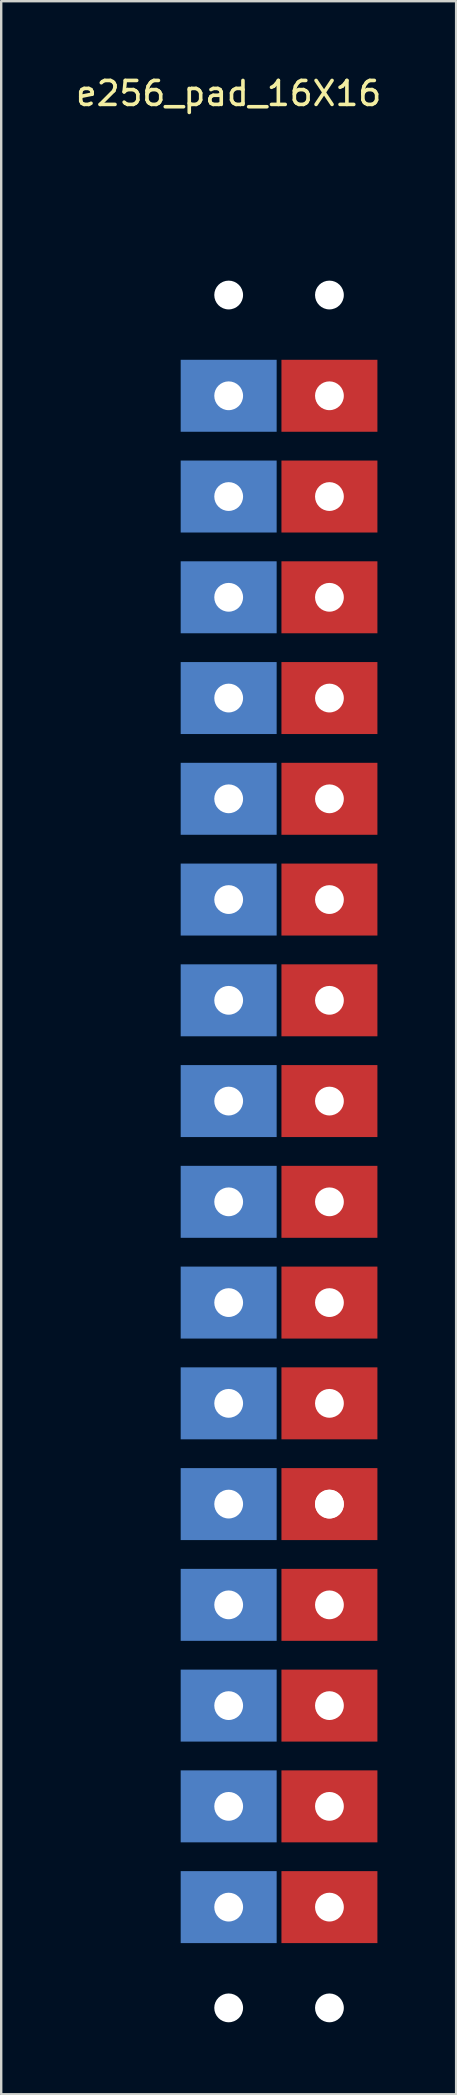
<source format=kicad_pcb>
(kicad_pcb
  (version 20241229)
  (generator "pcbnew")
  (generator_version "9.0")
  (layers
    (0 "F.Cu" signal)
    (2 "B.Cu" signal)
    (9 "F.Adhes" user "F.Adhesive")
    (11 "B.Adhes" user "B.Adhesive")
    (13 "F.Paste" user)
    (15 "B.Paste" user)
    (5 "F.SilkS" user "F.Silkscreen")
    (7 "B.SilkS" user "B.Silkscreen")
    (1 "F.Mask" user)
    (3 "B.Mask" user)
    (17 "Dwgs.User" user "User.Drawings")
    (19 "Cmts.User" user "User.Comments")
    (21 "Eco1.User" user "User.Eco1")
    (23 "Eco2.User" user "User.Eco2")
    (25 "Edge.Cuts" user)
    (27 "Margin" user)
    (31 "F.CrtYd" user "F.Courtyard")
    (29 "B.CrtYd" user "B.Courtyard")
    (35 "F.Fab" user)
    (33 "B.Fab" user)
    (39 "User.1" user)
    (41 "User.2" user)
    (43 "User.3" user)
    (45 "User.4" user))
  (footprint "e256_pad_16X16"
    (layer "F.Cu")
    (at 6.482 42.848)
    (property "Reference" "e256_pad_16X16" (at 0 -42 0) (layer "F.SilkS") (effects (font (size 1 1) (thickness 0.15))))
    (attr through_hole)
    (pad "" np_thru_hole circle (at 0 -33.6) (size 1.2 1.2) (drill 1.2) (layers "*.Cu"))
    (pad "" np_thru_hole circle (at 0 -29.4) (size 1.2 1.2) (drill 1.2) (layers "*.Cu"))
    (pad "" np_thru_hole circle (at 0 -25.2) (size 1.2 1.2) (drill 1.2) (layers "*.Cu"))
    (pad "" np_thru_hole circle (at 0 -21) (size 1.2 1.2) (drill 1.2) (layers "*.Cu"))
    (pad "" np_thru_hole circle (at 0 -16.8) (size 1.2 1.2) (drill 1.2) (layers "*.Cu"))
    (pad "" np_thru_hole circle (at 0 -12.6) (size 1.2 1.2) (drill 1.2) (layers "*.Cu"))
    (pad "" np_thru_hole circle (at 0 -8.4) (size 1.2 1.2) (drill 1.2) (layers "*.Cu"))
    (pad "" np_thru_hole circle (at 0 -4.2) (size 1.2 1.2) (drill 1.2) (layers "*.Cu"))
    (pad "" np_thru_hole circle (at 0 0) (size 1.2 1.2) (drill 1.2) (layers "*.Cu"))
    (pad "" np_thru_hole circle (at 0 4.2) (size 1.2 1.2) (drill 1.2) (layers "*.Cu"))
    (pad "" np_thru_hole circle (at 0 8.4) (size 1.2 1.2) (drill 1.2) (layers "*.Cu"))
    (pad "" np_thru_hole circle (at 0 12.6) (size 1.2 1.2) (drill 1.2) (layers "*.Cu"))
    (pad "" np_thru_hole circle (at 0 16.8) (size 1.2 1.2) (drill 1.2) (layers "*.Cu"))
    (pad "" np_thru_hole circle (at 0 21) (size 1.2 1.2) (drill 1.2) (layers "*.Cu"))
    (pad "" np_thru_hole circle (at 0 25.2) (size 1.2 1.2) (drill 1.2) (layers "*.Cu"))
    (pad "" np_thru_hole circle (at 0 29.4) (size 1.2 1.2) (drill 1.2) (layers "*.Cu"))
    (pad "" np_thru_hole circle (at 0 33.6) (size 1.2 1.2) (drill 1.2) (layers "*.Cu"))
    (pad "" np_thru_hole circle (at 0 37.8) (size 1.2 1.2) (drill 1.2) (layers "*.Cu"))
    (pad "" np_thru_hole circle (at 4.2 -33.6) (size 1.2 1.2) (drill 1.2) (layers "*.Cu"))
    (pad "" np_thru_hole circle (at 4.2 -29.4) (size 1.2 1.2) (drill 1.2) (layers "*.Cu"))
    (pad "" np_thru_hole circle (at 4.2 -25.2) (size 1.2 1.2) (drill 1.2) (layers "*.Cu"))
    (pad "" np_thru_hole circle (at 4.2 -21) (size 1.2 1.2) (drill 1.2) (layers "*.Cu"))
    (pad "" np_thru_hole circle (at 4.2 -16.8) (size 1.2 1.2) (drill 1.2) (layers "*.Cu"))
    (pad "" np_thru_hole circle (at 4.2 -12.6) (size 1.2 1.2) (drill 1.2) (layers "*.Cu"))
    (pad "" np_thru_hole circle (at 4.2 -8.4) (size 1.2 1.2) (drill 1.2) (layers "*.Cu"))
    (pad "" np_thru_hole circle (at 4.2 -4.2) (size 1.2 1.2) (drill 1.2) (layers "*.Cu"))
    (pad "" np_thru_hole circle (at 4.2 0) (size 1.2 1.2) (drill 1.2) (layers "*.Cu"))
    (pad "" np_thru_hole circle (at 4.2 4.2) (size 1.2 1.2) (drill 1.2) (layers "*.Cu"))
    (pad "" np_thru_hole circle (at 4.2 8.4) (size 1.2 1.2) (drill 1.2) (layers "*.Cu"))
    (pad "" np_thru_hole circle (at 4.2 12.6) (size 1.2 1.2) (drill 1.2) (layers "*.Cu"))
    (pad "" np_thru_hole circle (at 4.2 16.8) (size 1.2 1.2) (drill 1.2) (layers "*.Cu"))
    (pad "" np_thru_hole circle (at 4.2 16.8) (size 1.2 1.2) (drill 1.2) (layers "*.Cu"))
    (pad "" np_thru_hole circle (at 4.2 21) (size 1.2 1.2) (drill 1.2) (layers "*.Cu"))
    (pad "" np_thru_hole circle (at 4.2 25.2) (size 1.2 1.2) (drill 1.2) (layers "*.Cu"))
    (pad "" np_thru_hole circle (at 4.2 29.4) (size 1.2 1.2) (drill 1.2) (layers "*.Cu"))
    (pad "" np_thru_hole circle (at 4.2 33.6) (size 1.2 1.2) (drill 1.2) (layers "*.Cu"))
    (pad "" np_thru_hole circle (at 4.2 37.8) (size 1.2 1.2) (drill 1.2) (layers "*.Cu"))
    (pad "0" smd rect (at 0 -29.4) (size 4 3) (layers "B.Cu" "B.Mask" "B.Paste"))
    (pad "1" smd rect (at 0 -25.2) (size 4 3) (layers "B.Cu" "B.Mask" "B.Paste"))
    (pad "2" smd rect (at 0 -21) (size 4 3) (layers "B.Cu" "B.Mask" "B.Paste"))
    (pad "3" smd rect (at 0 -16.8) (size 4 3) (layers "B.Cu" "B.Mask" "B.Paste"))
    (pad "4" smd rect (at 0 -12.6) (size 4 3) (layers "B.Cu" "B.Mask" "B.Paste"))
    (pad "5" smd rect (at 0 -8.4) (size 4 3) (layers "B.Cu" "B.Mask" "B.Paste"))
    (pad "6" smd rect (at 0 -4.2) (size 4 3) (layers "B.Cu" "B.Mask" "B.Paste"))
    (pad "7" smd rect (at 0 0) (size 4 3) (layers "B.Cu" "B.Mask" "B.Paste"))
    (pad "8" smd rect (at 0 4.2) (size 4 3) (layers "B.Cu" "B.Mask" "B.Paste"))
    (pad "9" smd rect (at 0 8.4) (size 4 3) (layers "B.Cu" "B.Mask" "B.Paste"))
    (pad "10" smd rect (at 0 12.6) (size 4 3) (layers "B.Cu" "B.Mask" "B.Paste"))
    (pad "11" smd rect (at 0 16.8) (size 4 3) (layers "B.Cu" "B.Mask" "B.Paste"))
    (pad "12" smd rect (at 0 21) (size 4 3) (layers "B.Cu" "B.Mask" "B.Paste"))
    (pad "13" smd rect (at 0 25.2) (size 4 3) (layers "B.Cu" "B.Mask" "B.Paste"))
    (pad "14" smd rect (at 0 29.4) (size 4 3) (layers "B.Cu" "B.Mask" "B.Paste"))
    (pad "15" smd rect (at 0 33.6) (size 4 3) (layers "B.Cu" "B.Mask" "B.Paste"))
    (pad "16" smd rect (at 4.2 -29.4) (size 4 3) (layers "F.Cu" "F.Mask" "F.Paste"))
    (pad "17" smd rect (at 4.2 -25.2) (size 4 3) (layers "F.Cu" "F.Mask" "F.Paste"))
    (pad "18" smd rect (at 4.2 -21) (size 4 3) (layers "F.Cu" "F.Mask" "F.Paste"))
    (pad "19" smd rect (at 4.2 -16.8) (size 4 3) (layers "F.Cu" "F.Mask" "F.Paste"))
    (pad "20" smd rect (at 4.2 -12.6) (size 4 3) (layers "F.Cu" "F.Mask" "F.Paste"))
    (pad "21" smd rect (at 4.2 -8.4) (size 4 3) (layers "F.Cu" "F.Mask" "F.Paste"))
    (pad "22" smd rect (at 4.2 -4.2) (size 4 3) (layers "F.Cu" "F.Mask" "F.Paste"))
    (pad "23" smd rect (at 4.2 0) (size 4 3) (layers "F.Cu" "F.Mask" "F.Paste"))
    (pad "24" smd rect (at 4.2 4.2) (size 4 3) (layers "F.Cu" "F.Mask" "F.Paste"))
    (pad "25" smd rect (at 4.2 8.4) (size 4 3) (layers "F.Cu" "F.Mask" "F.Paste"))
    (pad "26" smd rect (at 4.2 12.6) (size 4 3) (layers "F.Cu" "F.Mask" "F.Paste"))
    (pad "27" smd rect (at 4.2 16.8) (size 4 3) (layers "F.Cu" "F.Mask" "F.Paste"))
    (pad "28" smd rect (at 4.2 21) (size 4 3) (layers "F.Cu" "F.Mask" "F.Paste"))
    (pad "29" smd rect (at 4.2 25.2) (size 4 3) (layers "F.Cu" "F.Mask" "F.Paste"))
    (pad "30" smd rect (at 4.2 29.4) (size 4 3) (layers "F.Cu" "F.Mask" "F.Paste"))
    (pad "31" smd rect (at 4.2 33.6) (size 4 3) (layers "F.Cu" "F.Mask" "F.Paste")))
  (gr_rect
    (start -3 -3)
    (end 15.964 84.248)
    (stroke (width 0.1) (type default))
    (fill no)
    (layer "Edge.Cuts")))
</source>
